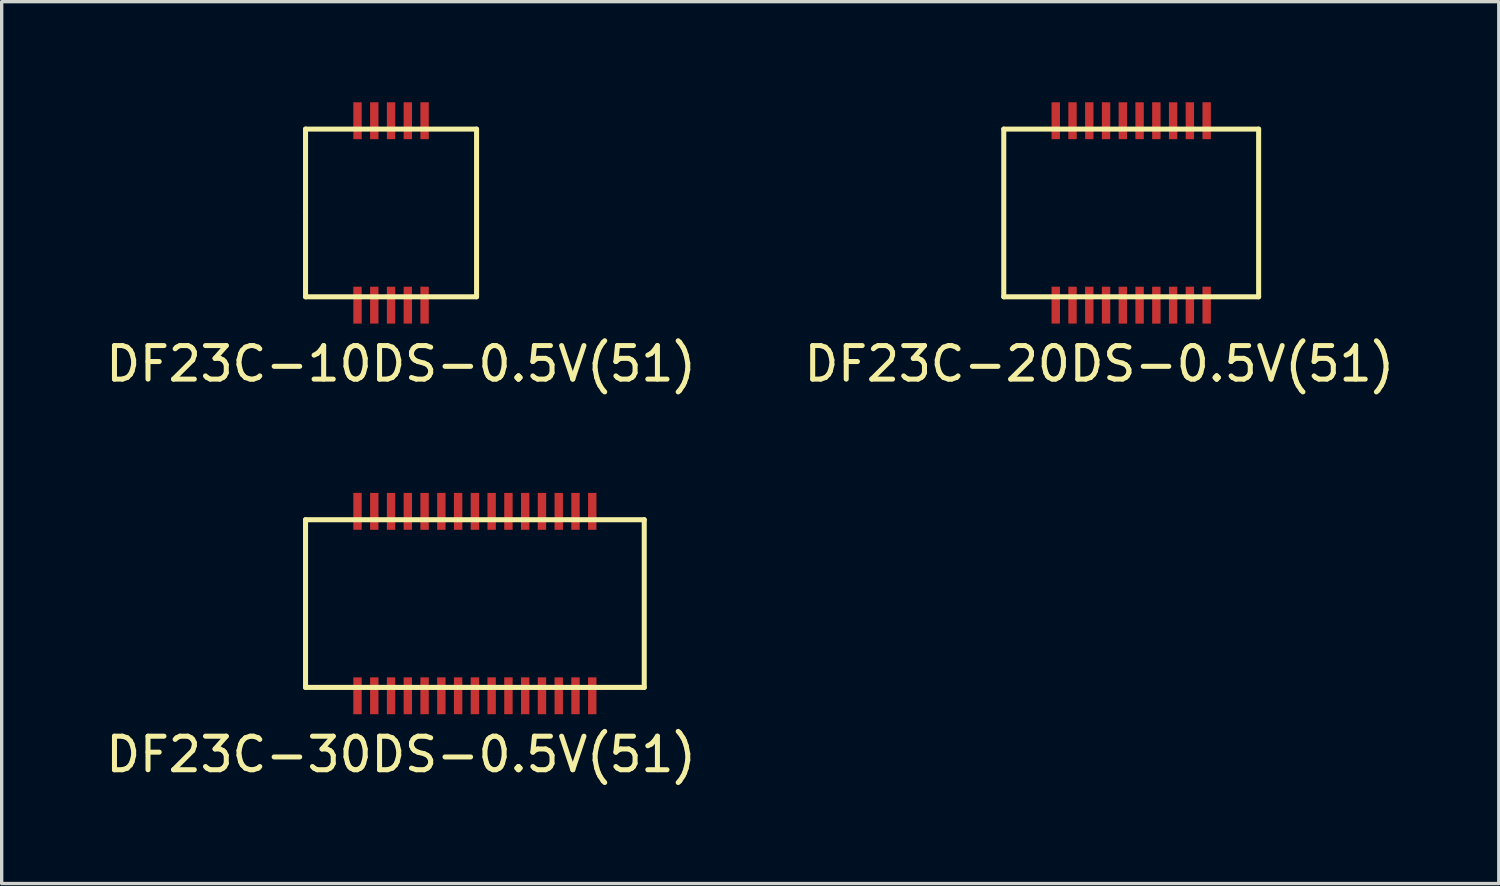
<source format=kicad_pcb>
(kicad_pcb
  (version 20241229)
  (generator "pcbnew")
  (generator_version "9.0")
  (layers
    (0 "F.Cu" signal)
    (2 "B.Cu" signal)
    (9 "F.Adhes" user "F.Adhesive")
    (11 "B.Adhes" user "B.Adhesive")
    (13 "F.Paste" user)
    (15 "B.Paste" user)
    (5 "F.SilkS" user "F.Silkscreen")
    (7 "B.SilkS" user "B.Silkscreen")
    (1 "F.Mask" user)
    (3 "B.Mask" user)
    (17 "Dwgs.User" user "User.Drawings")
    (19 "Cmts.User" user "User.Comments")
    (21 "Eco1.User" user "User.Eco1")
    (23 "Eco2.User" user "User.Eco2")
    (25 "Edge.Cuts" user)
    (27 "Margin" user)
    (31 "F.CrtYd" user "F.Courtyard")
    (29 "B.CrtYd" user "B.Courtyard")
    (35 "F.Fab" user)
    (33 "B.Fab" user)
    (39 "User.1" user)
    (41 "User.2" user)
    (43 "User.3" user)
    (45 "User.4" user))
  (footprint "DF23C-20DS-0.5V(51)"
    (layer "F.Cu")
    (at 28.432 0.55)
    (property "Reference" "DF23C-20DS-0.5V(51)" (at 1.3 7.25 0) (layer "F.SilkS") (effects (font (size 1 1) (thickness 0.15))))
    (attr through_hole)
    (fp_line (start -1.55 0.25) (end 6.05 0.25) (stroke (width 0.15) (type solid)) (layer "F.SilkS"))
    (fp_line (start -1.55 5.25) (end -1.55 0.25) (stroke (width 0.15) (type solid)) (layer "F.SilkS"))
    (fp_line (start 6.05 0.25) (end 6.05 5.25) (stroke (width 0.15) (type solid)) (layer "F.SilkS"))
    (fp_line (start 6.05 5.25) (end -1.55 5.25) (stroke (width 0.15) (type solid)) (layer "F.SilkS"))
    (pad "1" smd rect (at 0 5.5) (size 0.25 1.1) (layers "F.Cu" "F.Mask" "F.Paste"))
    (pad "2" smd rect (at 0 0) (size 0.25 1.1) (layers "F.Cu" "F.Mask" "F.Paste"))
    (pad "3" smd rect (at 0.5 5.5) (size 0.25 1.1) (layers "F.Cu" "F.Mask" "F.Paste"))
    (pad "4" smd rect (at 0.5 0) (size 0.25 1.1) (layers "F.Cu" "F.Mask" "F.Paste"))
    (pad "5" smd rect (at 1 5.5) (size 0.25 1.1) (layers "F.Cu" "F.Mask" "F.Paste"))
    (pad "6" smd rect (at 1 0) (size 0.25 1.1) (layers "F.Cu" "F.Mask" "F.Paste"))
    (pad "7" smd rect (at 1.5 5.5) (size 0.25 1.1) (layers "F.Cu" "F.Mask" "F.Paste"))
    (pad "8" smd rect (at 1.5 0) (size 0.25 1.1) (layers "F.Cu" "F.Mask" "F.Paste"))
    (pad "9" smd rect (at 2 5.5) (size 0.25 1.1) (layers "F.Cu" "F.Mask" "F.Paste"))
    (pad "10" smd rect (at 2 0) (size 0.25 1.1) (layers "F.Cu" "F.Mask" "F.Paste"))
    (pad "11" smd rect (at 2.5 5.5) (size 0.25 1.1) (layers "F.Cu" "F.Mask" "F.Paste"))
    (pad "12" smd rect (at 2.5 0) (size 0.25 1.1) (layers "F.Cu" "F.Mask" "F.Paste"))
    (pad "13" smd rect (at 3 5.5) (size 0.25 1.1) (layers "F.Cu" "F.Mask" "F.Paste"))
    (pad "14" smd rect (at 3 0) (size 0.25 1.1) (layers "F.Cu" "F.Mask" "F.Paste"))
    (pad "15" smd rect (at 3.5 5.5) (size 0.25 1.1) (layers "F.Cu" "F.Mask" "F.Paste"))
    (pad "16" smd rect (at 3.5 0) (size 0.25 1.1) (layers "F.Cu" "F.Mask" "F.Paste"))
    (pad "17" smd rect (at 4 5.5) (size 0.25 1.1) (layers "F.Cu" "F.Mask" "F.Paste"))
    (pad "18" smd rect (at 4 0) (size 0.25 1.1) (layers "F.Cu" "F.Mask" "F.Paste"))
    (pad "19" smd rect (at 4.5 5.5) (size 0.25 1.1) (layers "F.Cu" "F.Mask" "F.Paste"))
    (pad "20" smd rect (at 4.5 0) (size 0.25 1.1) (layers "F.Cu" "F.Mask" "F.Paste")))
  (footprint "DF23C-30DS-0.5V(51)"
    (layer "F.Cu")
    (at 7.611 12.198)
    (property "Reference" "DF23C-30DS-0.5V(51)" (at 1.3 7.25 0) (layer "F.SilkS") (effects (font (size 1 1) (thickness 0.15))))
    (attr through_hole)
    (fp_line (start -1.55 0.25) (end 8.55 0.25) (stroke (width 0.15) (type solid)) (layer "F.SilkS"))
    (fp_line (start -1.55 5.25) (end -1.55 0.25) (stroke (width 0.15) (type solid)) (layer "F.SilkS"))
    (fp_line (start 8.55 0.25) (end 8.55 5.25) (stroke (width 0.15) (type solid)) (layer "F.SilkS"))
    (fp_line (start 8.55 5.25) (end -1.55 5.25) (stroke (width 0.15) (type solid)) (layer "F.SilkS"))
    (pad "1" smd rect (at 0 5.5) (size 0.25 1.1) (layers "F.Cu" "F.Mask" "F.Paste"))
    (pad "2" smd rect (at 0 0) (size 0.25 1.1) (layers "F.Cu" "F.Mask" "F.Paste"))
    (pad "3" smd rect (at 0.5 5.5) (size 0.25 1.1) (layers "F.Cu" "F.Mask" "F.Paste"))
    (pad "4" smd rect (at 0.5 0) (size 0.25 1.1) (layers "F.Cu" "F.Mask" "F.Paste"))
    (pad "5" smd rect (at 1 5.5) (size 0.25 1.1) (layers "F.Cu" "F.Mask" "F.Paste"))
    (pad "6" smd rect (at 1 0) (size 0.25 1.1) (layers "F.Cu" "F.Mask" "F.Paste"))
    (pad "7" smd rect (at 1.5 5.5) (size 0.25 1.1) (layers "F.Cu" "F.Mask" "F.Paste"))
    (pad "8" smd rect (at 1.5 0) (size 0.25 1.1) (layers "F.Cu" "F.Mask" "F.Paste"))
    (pad "9" smd rect (at 2 5.5) (size 0.25 1.1) (layers "F.Cu" "F.Mask" "F.Paste"))
    (pad "10" smd rect (at 2 0) (size 0.25 1.1) (layers "F.Cu" "F.Mask" "F.Paste"))
    (pad "11" smd rect (at 2.5 5.5) (size 0.25 1.1) (layers "F.Cu" "F.Mask" "F.Paste"))
    (pad "12" smd rect (at 2.5 0) (size 0.25 1.1) (layers "F.Cu" "F.Mask" "F.Paste"))
    (pad "13" smd rect (at 3 5.5) (size 0.25 1.1) (layers "F.Cu" "F.Mask" "F.Paste"))
    (pad "14" smd rect (at 3 0) (size 0.25 1.1) (layers "F.Cu" "F.Mask" "F.Paste"))
    (pad "15" smd rect (at 3.5 5.5) (size 0.25 1.1) (layers "F.Cu" "F.Mask" "F.Paste"))
    (pad "16" smd rect (at 3.5 0) (size 0.25 1.1) (layers "F.Cu" "F.Mask" "F.Paste"))
    (pad "17" smd rect (at 4 5.5) (size 0.25 1.1) (layers "F.Cu" "F.Mask" "F.Paste"))
    (pad "18" smd rect (at 4 0) (size 0.25 1.1) (layers "F.Cu" "F.Mask" "F.Paste"))
    (pad "19" smd rect (at 4.5 5.5) (size 0.25 1.1) (layers "F.Cu" "F.Mask" "F.Paste"))
    (pad "20" smd rect (at 4.5 0) (size 0.25 1.1) (layers "F.Cu" "F.Mask" "F.Paste"))
    (pad "21" smd rect (at 5 5.5) (size 0.25 1.1) (layers "F.Cu" "F.Mask" "F.Paste"))
    (pad "22" smd rect (at 5 0) (size 0.25 1.1) (layers "F.Cu" "F.Mask" "F.Paste"))
    (pad "23" smd rect (at 5.5 5.5) (size 0.25 1.1) (layers "F.Cu" "F.Mask" "F.Paste"))
    (pad "24" smd rect (at 5.5 0) (size 0.25 1.1) (layers "F.Cu" "F.Mask" "F.Paste"))
    (pad "25" smd rect (at 6 5.5) (size 0.25 1.1) (layers "F.Cu" "F.Mask" "F.Paste"))
    (pad "26" smd rect (at 6 0) (size 0.25 1.1) (layers "F.Cu" "F.Mask" "F.Paste"))
    (pad "27" smd rect (at 6.5 5.5) (size 0.25 1.1) (layers "F.Cu" "F.Mask" "F.Paste"))
    (pad "28" smd rect (at 6.5 0) (size 0.25 1.1) (layers "F.Cu" "F.Mask" "F.Paste"))
    (pad "29" smd rect (at 7 5.5) (size 0.25 1.1) (layers "F.Cu" "F.Mask" "F.Paste"))
    (pad "30" smd rect (at 7 0) (size 0.25 1.1) (layers "F.Cu" "F.Mask" "F.Paste")))
  (footprint "DF23C-10DS-0.5V(51)"
    (layer "F.Cu")
    (at 7.611 0.55)
    (property "Reference" "DF23C-10DS-0.5V(51)" (at 1.3 7.25 0) (layer "F.SilkS") (effects (font (size 1 1) (thickness 0.15))))
    (attr through_hole)
    (fp_line (start -1.55 0.25) (end 3.55 0.25) (stroke (width 0.15) (type solid)) (layer "F.SilkS"))
    (fp_line (start -1.55 2.75) (end -1.55 0.25) (stroke (width 0.15) (type solid)) (layer "F.SilkS"))
    (fp_line (start -1.55 5.25) (end -1.55 2.75) (stroke (width 0.15) (type solid)) (layer "F.SilkS"))
    (fp_line (start 3.55 0.25) (end 3.55 5.25) (stroke (width 0.15) (type solid)) (layer "F.SilkS"))
    (fp_line (start 3.55 5.25) (end -1.55 5.25) (stroke (width 0.15) (type solid)) (layer "F.SilkS"))
    (pad "1" smd rect (at 0 5.5) (size 0.25 1.1) (layers "F.Cu" "F.Mask" "F.Paste"))
    (pad "2" smd rect (at 0 0) (size 0.25 1.1) (layers "F.Cu" "F.Mask" "F.Paste"))
    (pad "3" smd rect (at 0.5 5.5) (size 0.25 1.1) (layers "F.Cu" "F.Mask" "F.Paste"))
    (pad "4" smd rect (at 0.5 0) (size 0.25 1.1) (layers "F.Cu" "F.Mask" "F.Paste"))
    (pad "5" smd rect (at 1 5.5) (size 0.25 1.1) (layers "F.Cu" "F.Mask" "F.Paste"))
    (pad "6" smd rect (at 1 0) (size 0.25 1.1) (layers "F.Cu" "F.Mask" "F.Paste"))
    (pad "7" smd rect (at 1.5 5.5) (size 0.25 1.1) (layers "F.Cu" "F.Mask" "F.Paste"))
    (pad "8" smd rect (at 1.5 0) (size 0.25 1.1) (layers "F.Cu" "F.Mask" "F.Paste"))
    (pad "9" smd rect (at 2 5.5) (size 0.25 1.1) (layers "F.Cu" "F.Mask" "F.Paste"))
    (pad "10" smd rect (at 2 0) (size 0.25 1.1) (layers "F.Cu" "F.Mask" "F.Paste")))
  (gr_rect
    (start -3 -3)
    (end 41.643 23.297)
    (stroke (width 0.1) (type default))
    (fill no)
    (layer "Edge.Cuts")))
</source>
